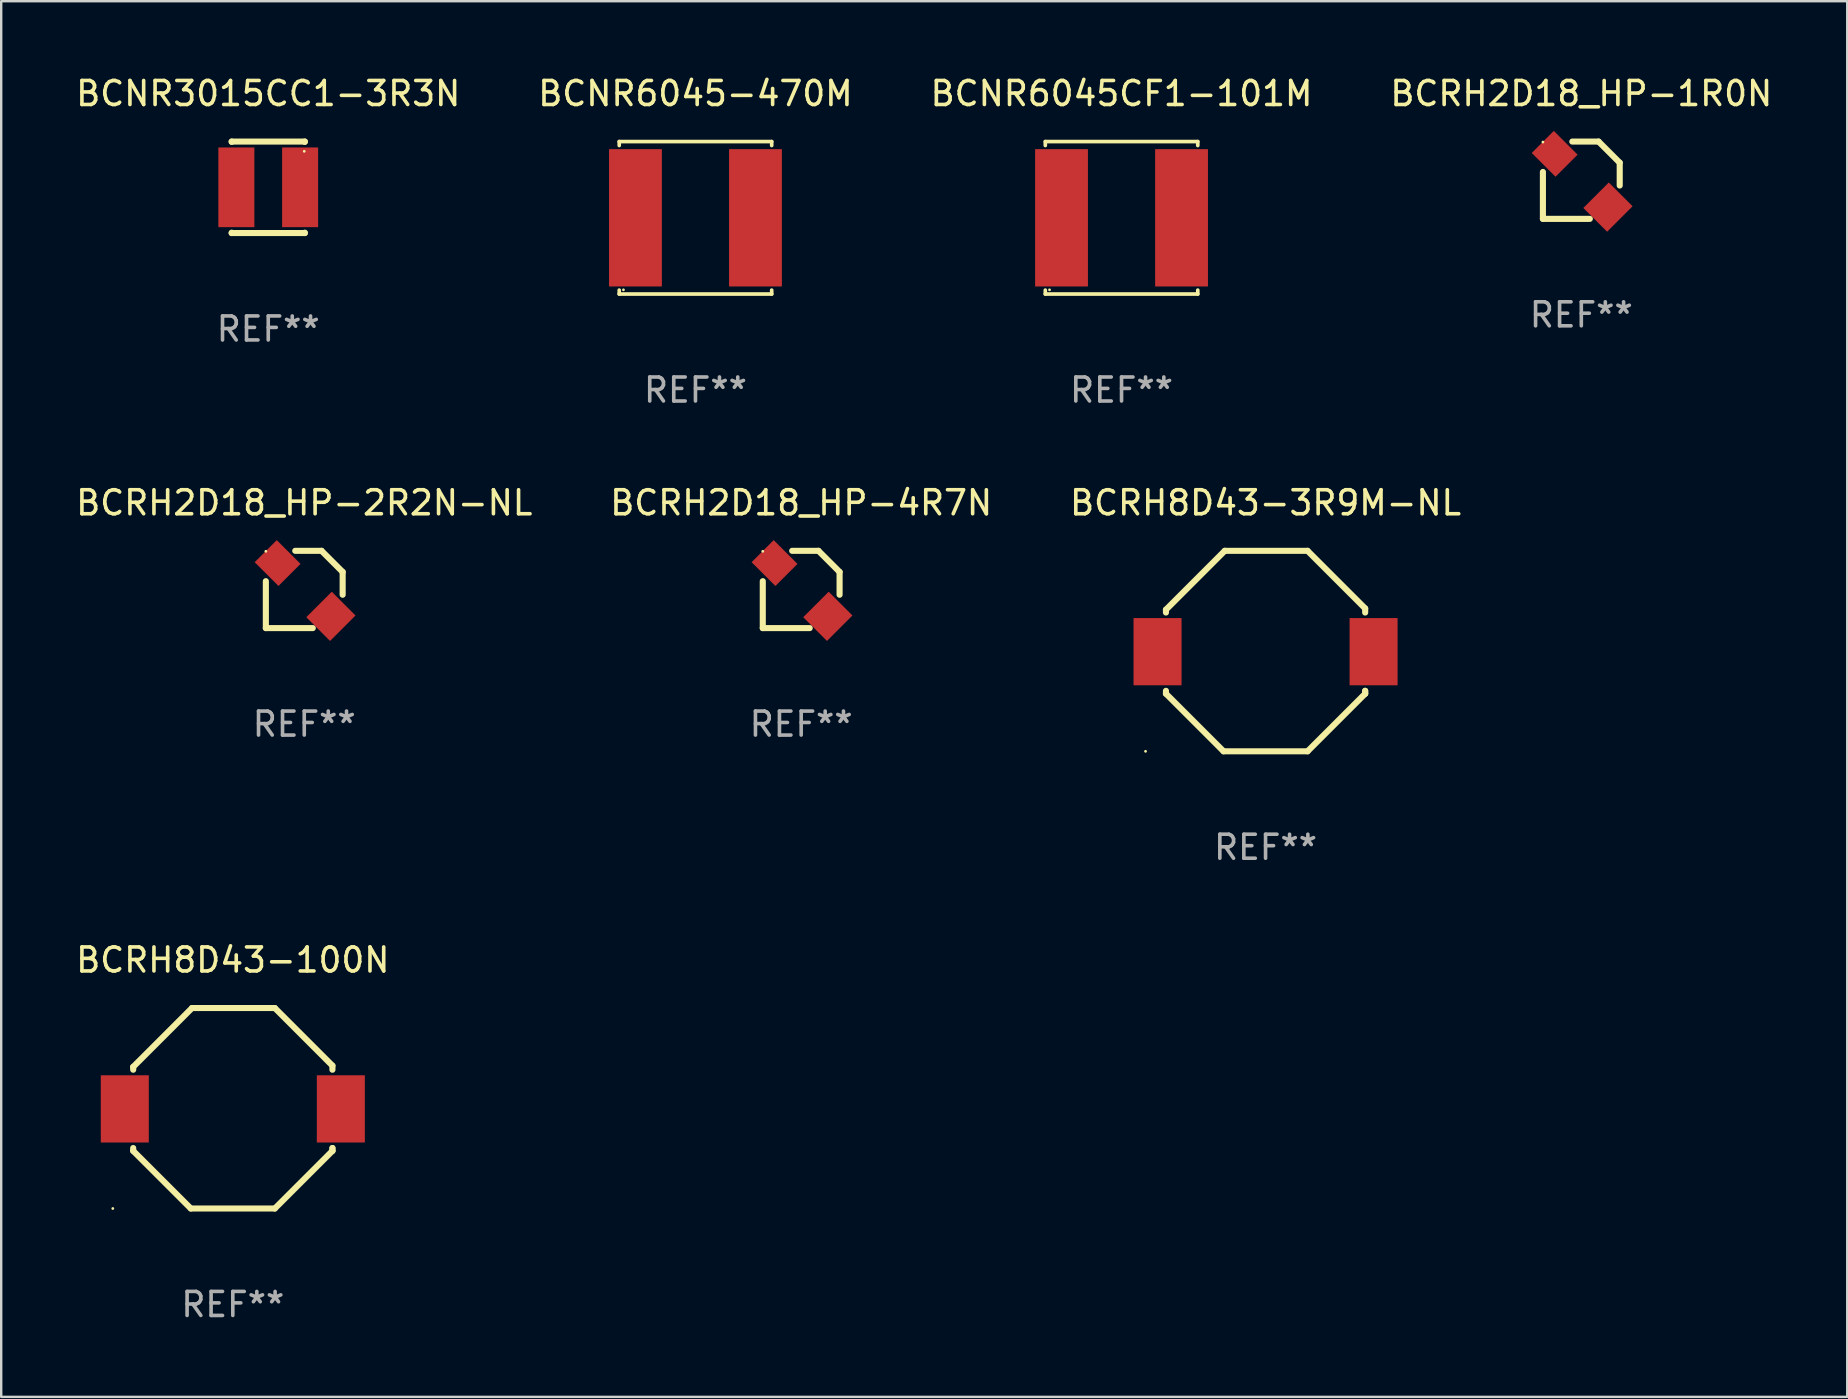
<source format=kicad_pcb>
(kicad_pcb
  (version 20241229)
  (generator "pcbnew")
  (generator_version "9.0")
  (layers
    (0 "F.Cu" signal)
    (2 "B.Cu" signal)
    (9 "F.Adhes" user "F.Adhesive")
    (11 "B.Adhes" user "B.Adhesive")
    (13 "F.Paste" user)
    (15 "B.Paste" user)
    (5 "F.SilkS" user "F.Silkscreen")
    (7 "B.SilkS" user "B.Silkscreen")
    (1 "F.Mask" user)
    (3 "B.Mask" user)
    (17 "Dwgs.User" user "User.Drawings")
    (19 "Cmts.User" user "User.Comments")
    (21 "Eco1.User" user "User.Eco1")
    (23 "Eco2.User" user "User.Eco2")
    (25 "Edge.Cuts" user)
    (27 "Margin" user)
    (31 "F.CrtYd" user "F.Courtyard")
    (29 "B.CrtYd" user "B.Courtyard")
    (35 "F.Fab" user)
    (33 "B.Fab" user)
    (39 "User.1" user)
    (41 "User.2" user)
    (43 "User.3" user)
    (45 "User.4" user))
  (footprint "BCRH8D43-100N"
    (layer "F.Cu")
    (at 6.649 43.12)
    (property "Reference" "BCRH8D43-100N" (at 0 -6.176 0) (layer "F.SilkS") (effects (font (size 1 1) (thickness 0.15))))
    (attr through_hole)
    (fp_line (start -4.15 -1.724) (end -4.15 -1.605) (stroke (width 0.254) (type solid)) (layer "F.SilkS"))
    (fp_line (start -4.15 1.657) (end -4.15 1.776) (stroke (width 0.254) (type solid)) (layer "F.SilkS"))
    (fp_line (start -4.15 1.776) (end -1.75 4.176) (stroke (width 0.254) (type solid)) (layer "F.SilkS"))
    (fp_line (start -1.75 4.176) (end 1.75 4.176) (stroke (width 0.254) (type solid)) (layer "F.SilkS"))
    (fp_line (start -1.699 -4.176) (end -4.15 -1.724) (stroke (width 0.254) (type solid)) (layer "F.SilkS"))
    (fp_line (start 1.75 4.176) (end 4.15 1.776) (stroke (width 0.254) (type solid)) (layer "F.SilkS"))
    (fp_line (start 1.75 -4.176) (end -1.699 -4.176) (stroke (width 0.254) (type solid)) (layer "F.SilkS"))
    (fp_line (start 1.75 -4.176) (end 4.15 -1.775) (stroke (width 0.254) (type solid)) (layer "F.SilkS"))
    (fp_line (start 4.15 1.657) (end 4.15 1.776) (stroke (width 0.254) (type solid)) (layer "F.SilkS"))
    (fp_line (start 4.15 1.776) (end 4.15 1.657) (stroke (width 0.254) (type solid)) (layer "F.SilkS"))
    (fp_line (start 4.15 -1.775) (end 4.15 -1.605) (stroke (width 0.254) (type solid)) (layer "F.SilkS"))
    (fp_circle (center -5 4.176) (end -4.97 4.176) (stroke (width 0.06) (type solid)) (fill no) (layer "F.SilkS"))
    (fp_text user "REF**" (at 0 8.176 0) (layer "F.Fab") (effects (font (size 1 1) (thickness 0.15))))
    (pad "1" smd rect (at -4.5 0.026) (size 2 2.8) (layers "F.Cu" "F.Mask" "F.Paste"))
    (pad "2" smd rect (at 4.5 0.026) (size 2 2.8) (layers "F.Cu" "F.Mask" "F.Paste")))
  (footprint "BCRH2D18_HP-1R0N"
    (layer "F.Cu")
    (at 62.827 4.458)
    (property "Reference" "BCRH2D18_HP-1R0N" (at 0 -3.61 0) (layer "F.SilkS") (effects (font (size 1 1) (thickness 0.15))))
    (attr through_hole)
    (fp_line (start -1.6 1.61) (end -1.6 -0.345) (stroke (width 0.254) (type solid)) (layer "F.SilkS"))
    (fp_line (start -0.375 -1.61) (end 0.72 -1.61) (stroke (width 0.254) (type solid)) (layer "F.SilkS"))
    (fp_line (start 0.355 1.61) (end -1.6 1.61) (stroke (width 0.254) (type solid)) (layer "F.SilkS"))
    (fp_line (start 0.72 -1.61) (end 1.6 -0.73) (stroke (width 0.254) (type solid)) (layer "F.SilkS"))
    (fp_line (start 1.6 -0.73) (end 1.6 0.22) (stroke (width 0.254) (type solid)) (layer "F.SilkS"))
    (fp_circle (center -1.6 -1.59) (end -1.57 -1.59) (stroke (width 0.06) (type solid)) (fill no) (layer "F.SilkS"))
    (fp_text user "REF**" (at 0 5.61 0) (layer "F.Fab") (effects (font (size 1 1) (thickness 0.15))))
    (pad "1" smd rect (at -1.11 -1.1 45) (size 1.3 1.4) (layers "F.Cu" "F.Mask" "F.Paste"))
    (pad "2" smd rect (at 1.11 1.12 45) (size 1.5 1.4) (layers "F.Cu" "F.Mask" "F.Paste")))
  (footprint "BCNR6045CF1-101M"
    (layer "F.Cu")
    (at 43.673 6.024)
    (property "Reference" "BCNR6045CF1-101M" (at 0 -5.176 0) (layer "F.SilkS") (effects (font (size 1 1) (thickness 0.15))))
    (attr through_hole)
    (fp_line (start -3.176 -3.176) (end 3.176 -3.176) (stroke (width 0.152) (type solid)) (layer "F.SilkS"))
    (fp_line (start -3.176 -3.012) (end -3.176 -3.176) (stroke (width 0.152) (type solid)) (layer "F.SilkS"))
    (fp_line (start -3.176 3.012) (end -3.176 3.176) (stroke (width 0.152) (type solid)) (layer "F.SilkS"))
    (fp_line (start -3.176 3.176) (end 3.176 3.176) (stroke (width 0.152) (type solid)) (layer "F.SilkS"))
    (fp_line (start 3.176 -3.176) (end 3.176 -3.012) (stroke (width 0.152) (type solid)) (layer "F.SilkS"))
    (fp_line (start 3.176 3.176) (end 3.176 3.012) (stroke (width 0.152) (type solid)) (layer "F.SilkS"))
    (fp_circle (center -3 3) (end -2.97 3) (stroke (width 0.06) (type solid)) (fill no) (layer "F.SilkS"))
    (fp_text user "REF**" (at 0 7.176 0) (layer "F.Fab") (effects (font (size 1 1) (thickness 0.15))))
    (pad "1" smd rect (at -2.5 0) (size 2.2 5.72) (layers "F.Cu" "F.Mask" "F.Paste"))
    (pad "2" smd rect (at 2.5 0) (size 2.2 5.72) (layers "F.Cu" "F.Mask" "F.Paste")))
  (footprint "BCRH8D43-3R9M-NL"
    (layer "F.Cu")
    (at 49.673 24.073)
    (property "Reference" "BCRH8D43-3R9M-NL" (at 0 -6.176 0) (layer "F.SilkS") (effects (font (size 1 1) (thickness 0.15))))
    (attr through_hole)
    (fp_line (start -4.15 -1.724) (end -4.15 -1.605) (stroke (width 0.254) (type solid)) (layer "F.SilkS"))
    (fp_line (start -4.15 1.657) (end -4.15 1.776) (stroke (width 0.254) (type solid)) (layer "F.SilkS"))
    (fp_line (start -4.15 1.776) (end -1.75 4.176) (stroke (width 0.254) (type solid)) (layer "F.SilkS"))
    (fp_line (start -1.75 4.176) (end 1.75 4.176) (stroke (width 0.254) (type solid)) (layer "F.SilkS"))
    (fp_line (start -1.699 -4.176) (end -4.15 -1.724) (stroke (width 0.254) (type solid)) (layer "F.SilkS"))
    (fp_line (start 1.75 4.176) (end 4.15 1.776) (stroke (width 0.254) (type solid)) (layer "F.SilkS"))
    (fp_line (start 1.75 -4.176) (end -1.699 -4.176) (stroke (width 0.254) (type solid)) (layer "F.SilkS"))
    (fp_line (start 1.75 -4.176) (end 4.15 -1.775) (stroke (width 0.254) (type solid)) (layer "F.SilkS"))
    (fp_line (start 4.15 1.657) (end 4.15 1.776) (stroke (width 0.254) (type solid)) (layer "F.SilkS"))
    (fp_line (start 4.15 1.776) (end 4.15 1.657) (stroke (width 0.254) (type solid)) (layer "F.SilkS"))
    (fp_line (start 4.15 -1.775) (end 4.15 -1.605) (stroke (width 0.254) (type solid)) (layer "F.SilkS"))
    (fp_circle (center -5 4.176) (end -4.97 4.176) (stroke (width 0.06) (type solid)) (fill no) (layer "F.SilkS"))
    (fp_text user "REF**" (at 0 8.176 0) (layer "F.Fab") (effects (font (size 1 1) (thickness 0.15))))
    (pad "1" smd rect (at -4.5 0.026) (size 2 2.8) (layers "F.Cu" "F.Mask" "F.Paste"))
    (pad "2" smd rect (at 4.5 0.026) (size 2 2.8) (layers "F.Cu" "F.Mask" "F.Paste")))
  (footprint "BCRH2D18_HP-2R2N-NL"
    (layer "F.Cu")
    (at 9.625 21.507)
    (property "Reference" "BCRH2D18_HP-2R2N-NL" (at 0 -3.61 0) (layer "F.SilkS") (effects (font (size 1 1) (thickness 0.15))))
    (attr through_hole)
    (fp_line (start -1.6 1.61) (end -1.6 -0.345) (stroke (width 0.254) (type solid)) (layer "F.SilkS"))
    (fp_line (start -0.375 -1.61) (end 0.72 -1.61) (stroke (width 0.254) (type solid)) (layer "F.SilkS"))
    (fp_line (start 0.355 1.61) (end -1.6 1.61) (stroke (width 0.254) (type solid)) (layer "F.SilkS"))
    (fp_line (start 0.72 -1.61) (end 1.6 -0.73) (stroke (width 0.254) (type solid)) (layer "F.SilkS"))
    (fp_line (start 1.6 -0.73) (end 1.6 0.22) (stroke (width 0.254) (type solid)) (layer "F.SilkS"))
    (fp_circle (center -1.6 -1.59) (end -1.57 -1.59) (stroke (width 0.06) (type solid)) (fill no) (layer "F.SilkS"))
    (fp_text user "REF**" (at 0 5.61 0) (layer "F.Fab") (effects (font (size 1 1) (thickness 0.15))))
    (pad "1" smd rect (at -1.11 -1.1 45) (size 1.3 1.4) (layers "F.Cu" "F.Mask" "F.Paste"))
    (pad "2" smd rect (at 1.11 1.12 45) (size 1.5 1.4) (layers "F.Cu" "F.Mask" "F.Paste")))
  (footprint "BCNR6045-470M"
    (layer "F.Cu")
    (at 25.923 6.024)
    (property "Reference" "BCNR6045-470M" (at 0 -5.176 0) (layer "F.SilkS") (effects (font (size 1 1) (thickness 0.15))))
    (attr through_hole)
    (fp_line (start -3.176 -3.176) (end 3.176 -3.176) (stroke (width 0.152) (type solid)) (layer "F.SilkS"))
    (fp_line (start -3.176 -3.012) (end -3.176 -3.176) (stroke (width 0.152) (type solid)) (layer "F.SilkS"))
    (fp_line (start -3.176 3.012) (end -3.176 3.176) (stroke (width 0.152) (type solid)) (layer "F.SilkS"))
    (fp_line (start -3.176 3.176) (end 3.176 3.176) (stroke (width 0.152) (type solid)) (layer "F.SilkS"))
    (fp_line (start 3.176 -3.176) (end 3.176 -3.012) (stroke (width 0.152) (type solid)) (layer "F.SilkS"))
    (fp_line (start 3.176 3.176) (end 3.176 3.012) (stroke (width 0.152) (type solid)) (layer "F.SilkS"))
    (fp_circle (center -3 3) (end -2.97 3) (stroke (width 0.06) (type solid)) (fill no) (layer "F.SilkS"))
    (fp_text user "REF**" (at 0 7.176 0) (layer "F.Fab") (effects (font (size 1 1) (thickness 0.15))))
    (pad "1" smd rect (at -2.5 0) (size 2.2 5.72) (layers "F.Cu" "F.Mask" "F.Paste"))
    (pad "2" smd rect (at 2.5 0) (size 2.2 5.72) (layers "F.Cu" "F.Mask" "F.Paste")))
  (footprint "BCRH2D18_HP-4R7N"
    (layer "F.Cu")
    (at 30.327 21.507)
    (property "Reference" "BCRH2D18_HP-4R7N" (at 0 -3.61 0) (layer "F.SilkS") (effects (font (size 1 1) (thickness 0.15))))
    (attr through_hole)
    (fp_line (start -1.6 1.61) (end -1.6 -0.345) (stroke (width 0.254) (type solid)) (layer "F.SilkS"))
    (fp_line (start -0.375 -1.61) (end 0.72 -1.61) (stroke (width 0.254) (type solid)) (layer "F.SilkS"))
    (fp_line (start 0.355 1.61) (end -1.6 1.61) (stroke (width 0.254) (type solid)) (layer "F.SilkS"))
    (fp_line (start 0.72 -1.61) (end 1.6 -0.73) (stroke (width 0.254) (type solid)) (layer "F.SilkS"))
    (fp_line (start 1.6 -0.73) (end 1.6 0.22) (stroke (width 0.254) (type solid)) (layer "F.SilkS"))
    (fp_circle (center -1.6 -1.59) (end -1.57 -1.59) (stroke (width 0.06) (type solid)) (fill no) (layer "F.SilkS"))
    (fp_text user "REF**" (at 0 5.61 0) (layer "F.Fab") (effects (font (size 1 1) (thickness 0.15))))
    (pad "1" smd rect (at -1.11 -1.1 45) (size 1.3 1.4) (layers "F.Cu" "F.Mask" "F.Paste"))
    (pad "2" smd rect (at 1.11 1.12 45) (size 1.5 1.4) (layers "F.Cu" "F.Mask" "F.Paste")))
  (footprint "BCNR3015CC1-3R3N"
    (layer "F.Cu")
    (at 8.125 4.753)
    (property "Reference" "BCNR3015CC1-3R3N" (at 0 -3.905 0) (layer "F.SilkS") (effects (font (size 1 1) (thickness 0.15))))
    (attr through_hole)
    (fp_line (start -1.524 -1.905) (end 1.524 -1.905) (stroke (width 0.254) (type solid)) (layer "F.SilkS"))
    (fp_line (start -1.524 -1.891) (end -1.524 -1.905) (stroke (width 0.254) (type solid)) (layer "F.SilkS"))
    (fp_line (start -1.524 1.905) (end -1.524 1.891) (stroke (width 0.254) (type solid)) (layer "F.SilkS"))
    (fp_line (start -1.524 1.905) (end 1.524 1.905) (stroke (width 0.254) (type solid)) (layer "F.SilkS"))
    (fp_line (start 1.524 -1.905) (end 1.524 -1.891) (stroke (width 0.254) (type solid)) (layer "F.SilkS"))
    (fp_line (start 1.524 1.891) (end 1.524 1.905) (stroke (width 0.254) (type solid)) (layer "F.SilkS"))
    (fp_circle (center 1.5 -1.5) (end 1.53 -1.5) (stroke (width 0.06) (type solid)) (fill no) (layer "F.SilkS"))
    (fp_text user "REF**" (at 0 5.905 0) (layer "F.Fab") (effects (font (size 1 1) (thickness 0.15))))
    (pad "1" smd rect (at 1.328 0) (size 1.5 3.32) (layers "F.Cu" "F.Mask" "F.Paste"))
    (pad "2" smd rect (at -1.328 0) (size 1.5 3.32) (layers "F.Cu" "F.Mask" "F.Paste")))
  (gr_rect
    (start -3 -3)
    (end 73.905 55.144)
    (stroke (width 0.1) (type default))
    (fill no)
    (layer "Edge.Cuts")))
</source>
